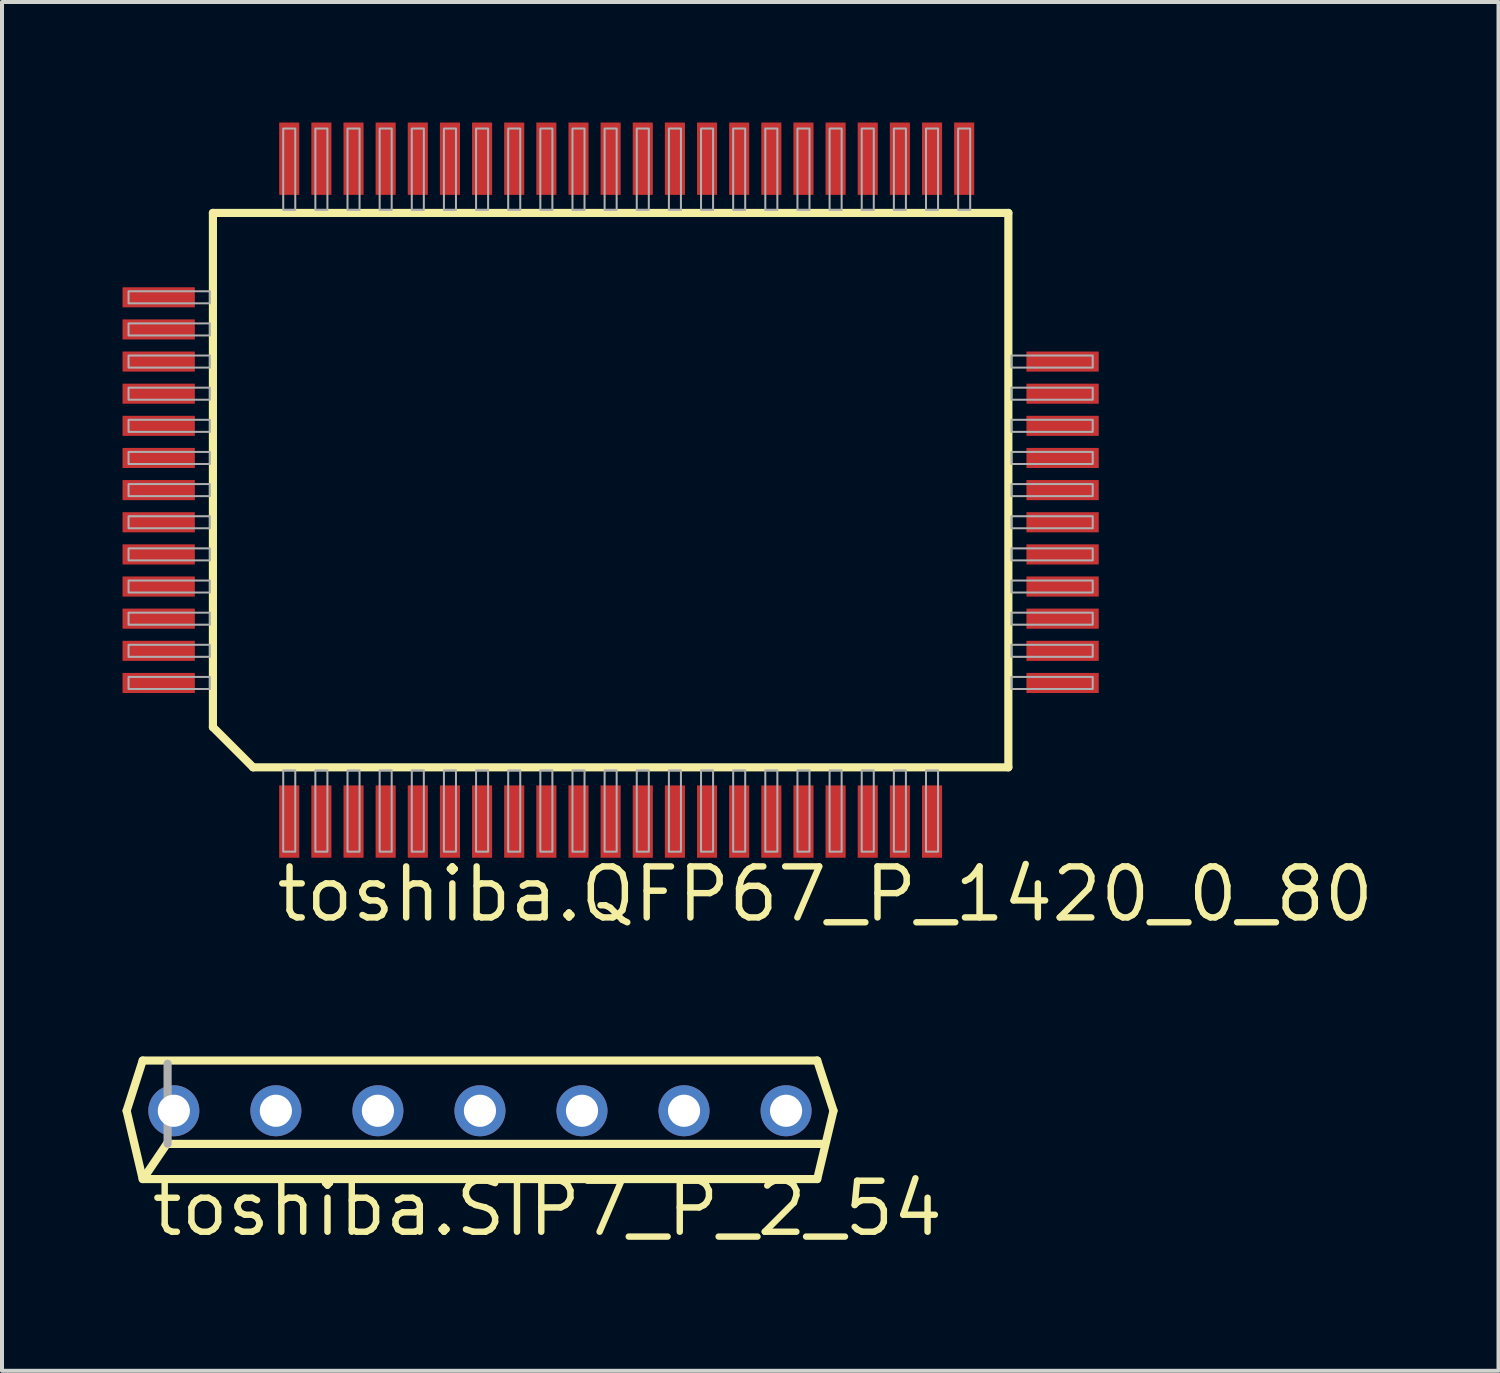
<source format=kicad_pcb>
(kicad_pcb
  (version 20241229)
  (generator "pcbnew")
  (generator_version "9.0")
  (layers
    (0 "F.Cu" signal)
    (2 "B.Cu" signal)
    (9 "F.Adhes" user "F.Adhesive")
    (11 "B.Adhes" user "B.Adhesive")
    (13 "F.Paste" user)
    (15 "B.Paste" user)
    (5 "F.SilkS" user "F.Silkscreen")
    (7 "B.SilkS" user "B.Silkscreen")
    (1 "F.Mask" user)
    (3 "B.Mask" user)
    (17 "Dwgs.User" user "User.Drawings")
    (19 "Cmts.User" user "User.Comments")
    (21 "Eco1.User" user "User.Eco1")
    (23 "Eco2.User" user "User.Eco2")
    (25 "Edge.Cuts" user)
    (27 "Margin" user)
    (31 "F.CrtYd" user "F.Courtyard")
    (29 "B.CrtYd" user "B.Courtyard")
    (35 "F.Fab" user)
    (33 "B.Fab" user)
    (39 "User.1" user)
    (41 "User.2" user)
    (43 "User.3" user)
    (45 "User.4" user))
  (footprint "toshiba.SIP7_P_2_54"
    (layer "F.Cu")
    (at 8.897 24.599)
    (property "Reference" "toshiba.SIP7_P_2_54" (at -8.255 3.175 0) (layer "F.SilkS") (effects (font (size 1.27 1.27) (thickness 0.16)) (justify left bottom)))
    (attr through_hole)
    (fp_line (start -8.795 0) (end -8.395 -1.25) (stroke (width 0.203) (type default)) (layer "F.SilkS"))
    (fp_line (start -8.395 -1.25) (end 8.395 -1.25) (stroke (width 0.203) (type default)) (layer "F.SilkS"))
    (fp_line (start -8.395 1.7) (end -8.795 0) (stroke (width 0.203) (type default)) (layer "F.SilkS"))
    (fp_line (start -8.37 1.675) (end -7.795 0.825) (stroke (width 0.203) (type default)) (layer "F.SilkS"))
    (fp_line (start 8.395 -1.25) (end 8.8 0) (stroke (width 0.203) (type default)) (layer "F.SilkS"))
    (fp_line (start 8.395 1.7) (end -8.395 1.7) (stroke (width 0.203) (type default)) (layer "F.SilkS"))
    (fp_line (start 8.545 0.825) (end -7.795 0.825) (stroke (width 0.203) (type default)) (layer "F.SilkS"))
    (fp_line (start 8.8 0) (end 8.395 1.7) (stroke (width 0.203) (type default)) (layer "F.SilkS"))
    (fp_line (start -7.775 -1.17) (end -7.775 0.82) (stroke (width 0.203) (type default)) (layer "F.Fab"))
    (pad "1" thru_hole circle (at -7.62 0) (size 1.27 1.27) (drill 0.8) (layers "*.Cu" "*.Mask"))
    (pad "2" thru_hole circle (at -5.08 0) (size 1.27 1.27) (drill 0.8) (layers "*.Cu" "*.Mask"))
    (pad "3" thru_hole circle (at -2.54 0) (size 1.27 1.27) (drill 0.8) (layers "*.Cu" "*.Mask"))
    (pad "4" thru_hole circle (at 0 0) (size 1.27 1.27) (drill 0.8) (layers "*.Cu" "*.Mask"))
    (pad "5" thru_hole circle (at 2.54 0) (size 1.27 1.27) (drill 0.8) (layers "*.Cu" "*.Mask"))
    (pad "6" thru_hole circle (at 5.08 0) (size 1.27 1.27) (drill 0.8) (layers "*.Cu" "*.Mask"))
    (pad "7" thru_hole circle (at 7.62 0) (size 1.27 1.27) (drill 0.8) (layers "*.Cu" "*.Mask")))
  (footprint "toshiba.QFP67_P_1420_0_80"
    (layer "F.Cu")
    (at 12.15 9.15)
    (property "Reference" "toshiba.QFP67_P_1420_0_80" (at -8.4 10.8 0) (layer "F.SilkS") (effects (font (size 1.27 1.27) (thickness 0.16)) (justify left bottom)))
    (attr smd)
    (fp_line (start -9.9 -6.9) (end 9.9 -6.9) (stroke (width 0.203) (type default)) (layer "F.SilkS"))
    (fp_line (start -9.9 5.9) (end -9.9 -6.9) (stroke (width 0.203) (type default)) (layer "F.SilkS"))
    (fp_line (start -8.9 6.9) (end -9.9 5.9) (stroke (width 0.203) (type default)) (layer "F.SilkS"))
    (fp_line (start 9.9 -6.9) (end 9.9 6.9) (stroke (width 0.203) (type default)) (layer "F.SilkS"))
    (fp_line (start 9.9 6.9) (end -8.9 6.9) (stroke (width 0.203) (type default)) (layer "F.SilkS"))
    (fp_rect (start -12 -4.65) (end -9.975 -4.95) (stroke (width 0.05) (type default)) (fill no) (layer "F.Fab"))
    (fp_rect (start -12 -3.85) (end -9.975 -4.15) (stroke (width 0.05) (type default)) (fill no) (layer "F.Fab"))
    (fp_rect (start -12 -3.05) (end -9.975 -3.35) (stroke (width 0.05) (type default)) (fill no) (layer "F.Fab"))
    (fp_rect (start -12 -2.25) (end -9.975 -2.55) (stroke (width 0.05) (type default)) (fill no) (layer "F.Fab"))
    (fp_rect (start -12 -1.45) (end -9.975 -1.75) (stroke (width 0.05) (type default)) (fill no) (layer "F.Fab"))
    (fp_rect (start -12 -0.65) (end -9.975 -0.95) (stroke (width 0.05) (type default)) (fill no) (layer "F.Fab"))
    (fp_rect (start -12 0.15) (end -9.975 -0.15) (stroke (width 0.05) (type default)) (fill no) (layer "F.Fab"))
    (fp_rect (start -12 0.95) (end -9.975 0.65) (stroke (width 0.05) (type default)) (fill no) (layer "F.Fab"))
    (fp_rect (start -12 1.75) (end -9.975 1.45) (stroke (width 0.05) (type default)) (fill no) (layer "F.Fab"))
    (fp_rect (start -12 2.55) (end -9.975 2.25) (stroke (width 0.05) (type default)) (fill no) (layer "F.Fab"))
    (fp_rect (start -12 3.35) (end -9.975 3.05) (stroke (width 0.05) (type default)) (fill no) (layer "F.Fab"))
    (fp_rect (start -12 4.15) (end -9.975 3.85) (stroke (width 0.05) (type default)) (fill no) (layer "F.Fab"))
    (fp_rect (start -12 4.95) (end -9.975 4.65) (stroke (width 0.05) (type default)) (fill no) (layer "F.Fab"))
    (fp_rect (start -8.15 -6.975) (end -7.85 -9) (stroke (width 0.05) (type default)) (fill no) (layer "F.Fab"))
    (fp_rect (start -8.15 9) (end -7.85 6.975) (stroke (width 0.05) (type default)) (fill no) (layer "F.Fab"))
    (fp_rect (start -7.35 -6.975) (end -7.05 -9) (stroke (width 0.05) (type default)) (fill no) (layer "F.Fab"))
    (fp_rect (start -7.35 9) (end -7.05 6.975) (stroke (width 0.05) (type default)) (fill no) (layer "F.Fab"))
    (fp_rect (start -6.55 -6.975) (end -6.25 -9) (stroke (width 0.05) (type default)) (fill no) (layer "F.Fab"))
    (fp_rect (start -6.55 9) (end -6.25 6.975) (stroke (width 0.05) (type default)) (fill no) (layer "F.Fab"))
    (fp_rect (start -5.75 -6.975) (end -5.45 -9) (stroke (width 0.05) (type default)) (fill no) (layer "F.Fab"))
    (fp_rect (start -5.75 9) (end -5.45 6.975) (stroke (width 0.05) (type default)) (fill no) (layer "F.Fab"))
    (fp_rect (start -4.95 -6.975) (end -4.65 -9) (stroke (width 0.05) (type default)) (fill no) (layer "F.Fab"))
    (fp_rect (start -4.95 9) (end -4.65 6.975) (stroke (width 0.05) (type default)) (fill no) (layer "F.Fab"))
    (fp_rect (start -4.15 -6.975) (end -3.85 -9) (stroke (width 0.05) (type default)) (fill no) (layer "F.Fab"))
    (fp_rect (start -4.15 9) (end -3.85 6.975) (stroke (width 0.05) (type default)) (fill no) (layer "F.Fab"))
    (fp_rect (start -3.35 -6.975) (end -3.05 -9) (stroke (width 0.05) (type default)) (fill no) (layer "F.Fab"))
    (fp_rect (start -3.35 9) (end -3.05 6.975) (stroke (width 0.05) (type default)) (fill no) (layer "F.Fab"))
    (fp_rect (start -2.55 -6.975) (end -2.25 -9) (stroke (width 0.05) (type default)) (fill no) (layer "F.Fab"))
    (fp_rect (start -2.55 9) (end -2.25 6.975) (stroke (width 0.05) (type default)) (fill no) (layer "F.Fab"))
    (fp_rect (start -1.75 -6.975) (end -1.45 -9) (stroke (width 0.05) (type default)) (fill no) (layer "F.Fab"))
    (fp_rect (start -1.75 9) (end -1.45 6.975) (stroke (width 0.05) (type default)) (fill no) (layer "F.Fab"))
    (fp_rect (start -0.95 -6.975) (end -0.65 -9) (stroke (width 0.05) (type default)) (fill no) (layer "F.Fab"))
    (fp_rect (start -0.95 9) (end -0.65 6.975) (stroke (width 0.05) (type default)) (fill no) (layer "F.Fab"))
    (fp_rect (start -0.15 -6.975) (end 0.15 -9) (stroke (width 0.05) (type default)) (fill no) (layer "F.Fab"))
    (fp_rect (start -0.15 9) (end 0.15 6.975) (stroke (width 0.05) (type default)) (fill no) (layer "F.Fab"))
    (fp_rect (start 0.65 -6.975) (end 0.95 -9) (stroke (width 0.05) (type default)) (fill no) (layer "F.Fab"))
    (fp_rect (start 0.65 9) (end 0.95 6.975) (stroke (width 0.05) (type default)) (fill no) (layer "F.Fab"))
    (fp_rect (start 1.45 -6.975) (end 1.75 -9) (stroke (width 0.05) (type default)) (fill no) (layer "F.Fab"))
    (fp_rect (start 1.45 9) (end 1.75 6.975) (stroke (width 0.05) (type default)) (fill no) (layer "F.Fab"))
    (fp_rect (start 2.25 -6.975) (end 2.55 -9) (stroke (width 0.05) (type default)) (fill no) (layer "F.Fab"))
    (fp_rect (start 2.25 9) (end 2.55 6.975) (stroke (width 0.05) (type default)) (fill no) (layer "F.Fab"))
    (fp_rect (start 3.05 -6.975) (end 3.35 -9) (stroke (width 0.05) (type default)) (fill no) (layer "F.Fab"))
    (fp_rect (start 3.05 9) (end 3.35 6.975) (stroke (width 0.05) (type default)) (fill no) (layer "F.Fab"))
    (fp_rect (start 3.85 -6.975) (end 4.15 -9) (stroke (width 0.05) (type default)) (fill no) (layer "F.Fab"))
    (fp_rect (start 3.85 9) (end 4.15 6.975) (stroke (width 0.05) (type default)) (fill no) (layer "F.Fab"))
    (fp_rect (start 4.65 -6.975) (end 4.95 -9) (stroke (width 0.05) (type default)) (fill no) (layer "F.Fab"))
    (fp_rect (start 4.65 9) (end 4.95 6.975) (stroke (width 0.05) (type default)) (fill no) (layer "F.Fab"))
    (fp_rect (start 5.45 -6.975) (end 5.75 -9) (stroke (width 0.05) (type default)) (fill no) (layer "F.Fab"))
    (fp_rect (start 5.45 9) (end 5.75 6.975) (stroke (width 0.05) (type default)) (fill no) (layer "F.Fab"))
    (fp_rect (start 6.25 -6.975) (end 6.55 -9) (stroke (width 0.05) (type default)) (fill no) (layer "F.Fab"))
    (fp_rect (start 6.25 9) (end 6.55 6.975) (stroke (width 0.05) (type default)) (fill no) (layer "F.Fab"))
    (fp_rect (start 7.05 -6.975) (end 7.35 -9) (stroke (width 0.05) (type default)) (fill no) (layer "F.Fab"))
    (fp_rect (start 7.05 9) (end 7.35 6.975) (stroke (width 0.05) (type default)) (fill no) (layer "F.Fab"))
    (fp_rect (start 7.85 -6.975) (end 8.15 -9) (stroke (width 0.05) (type default)) (fill no) (layer "F.Fab"))
    (fp_rect (start 7.85 9) (end 8.15 6.975) (stroke (width 0.05) (type default)) (fill no) (layer "F.Fab"))
    (fp_rect (start 8.65 -6.975) (end 8.95 -9) (stroke (width 0.05) (type default)) (fill no) (layer "F.Fab"))
    (fp_rect (start 9.975 -3.05) (end 12 -3.35) (stroke (width 0.05) (type default)) (fill no) (layer "F.Fab"))
    (fp_rect (start 9.975 -2.25) (end 12 -2.55) (stroke (width 0.05) (type default)) (fill no) (layer "F.Fab"))
    (fp_rect (start 9.975 -1.45) (end 12 -1.75) (stroke (width 0.05) (type default)) (fill no) (layer "F.Fab"))
    (fp_rect (start 9.975 -0.65) (end 12 -0.95) (stroke (width 0.05) (type default)) (fill no) (layer "F.Fab"))
    (fp_rect (start 9.975 0.15) (end 12 -0.15) (stroke (width 0.05) (type default)) (fill no) (layer "F.Fab"))
    (fp_rect (start 9.975 0.95) (end 12 0.65) (stroke (width 0.05) (type default)) (fill no) (layer "F.Fab"))
    (fp_rect (start 9.975 1.75) (end 12 1.45) (stroke (width 0.05) (type default)) (fill no) (layer "F.Fab"))
    (fp_rect (start 9.975 2.55) (end 12 2.25) (stroke (width 0.05) (type default)) (fill no) (layer "F.Fab"))
    (fp_rect (start 9.975 3.35) (end 12 3.05) (stroke (width 0.05) (type default)) (fill no) (layer "F.Fab"))
    (fp_rect (start 9.975 4.15) (end 12 3.85) (stroke (width 0.05) (type default)) (fill no) (layer "F.Fab"))
    (fp_rect (start 9.975 4.95) (end 12 4.65) (stroke (width 0.05) (type default)) (fill no) (layer "F.Fab"))
    (pad "1" smd roundrect (at -8 8.25) (size 0.5 1.8) (layers "F.Cu" "F.Mask" "F.Paste") (roundrect_rratio 0.01))
    (pad "2" smd roundrect (at -7.2 8.25) (size 0.5 1.8) (layers "F.Cu" "F.Mask" "F.Paste") (roundrect_rratio 0.01))
    (pad "3" smd roundrect (at -6.4 8.25) (size 0.5 1.8) (layers "F.Cu" "F.Mask" "F.Paste") (roundrect_rratio 0.01))
    (pad "4" smd roundrect (at -5.6 8.25) (size 0.5 1.8) (layers "F.Cu" "F.Mask" "F.Paste") (roundrect_rratio 0.01))
    (pad "5" smd roundrect (at -4.8 8.25) (size 0.5 1.8) (layers "F.Cu" "F.Mask" "F.Paste") (roundrect_rratio 0.01))
    (pad "6" smd roundrect (at -4 8.25) (size 0.5 1.8) (layers "F.Cu" "F.Mask" "F.Paste") (roundrect_rratio 0.01))
    (pad "7" smd roundrect (at -3.2 8.25) (size 0.5 1.8) (layers "F.Cu" "F.Mask" "F.Paste") (roundrect_rratio 0.01))
    (pad "8" smd roundrect (at -2.4 8.25) (size 0.5 1.8) (layers "F.Cu" "F.Mask" "F.Paste") (roundrect_rratio 0.01))
    (pad "9" smd roundrect (at -1.6 8.25) (size 0.5 1.8) (layers "F.Cu" "F.Mask" "F.Paste") (roundrect_rratio 0.01))
    (pad "10" smd roundrect (at -0.8 8.25) (size 0.5 1.8) (layers "F.Cu" "F.Mask" "F.Paste") (roundrect_rratio 0.01))
    (pad "11" smd roundrect (at 0 8.25) (size 0.5 1.8) (layers "F.Cu" "F.Mask" "F.Paste") (roundrect_rratio 0.01))
    (pad "12" smd roundrect (at 0.8 8.25) (size 0.5 1.8) (layers "F.Cu" "F.Mask" "F.Paste") (roundrect_rratio 0.01))
    (pad "13" smd roundrect (at 1.6 8.25) (size 0.5 1.8) (layers "F.Cu" "F.Mask" "F.Paste") (roundrect_rratio 0.01))
    (pad "14" smd roundrect (at 2.4 8.25) (size 0.5 1.8) (layers "F.Cu" "F.Mask" "F.Paste") (roundrect_rratio 0.01))
    (pad "15" smd roundrect (at 3.2 8.25) (size 0.5 1.8) (layers "F.Cu" "F.Mask" "F.Paste") (roundrect_rratio 0.01))
    (pad "16" smd roundrect (at 4 8.25) (size 0.5 1.8) (layers "F.Cu" "F.Mask" "F.Paste") (roundrect_rratio 0.01))
    (pad "17" smd roundrect (at 4.8 8.25) (size 0.5 1.8) (layers "F.Cu" "F.Mask" "F.Paste") (roundrect_rratio 0.01))
    (pad "18" smd roundrect (at 5.6 8.25) (size 0.5 1.8) (layers "F.Cu" "F.Mask" "F.Paste") (roundrect_rratio 0.01))
    (pad "19" smd roundrect (at 6.4 8.25) (size 0.5 1.8) (layers "F.Cu" "F.Mask" "F.Paste") (roundrect_rratio 0.01))
    (pad "20" smd roundrect (at 7.2 8.25) (size 0.5 1.8) (layers "F.Cu" "F.Mask" "F.Paste") (roundrect_rratio 0.01))
    (pad "21" smd roundrect (at 8 8.25) (size 0.5 1.8) (layers "F.Cu" "F.Mask" "F.Paste") (roundrect_rratio 0.01))
    (pad "22" smd roundrect (at 11.25 4.8 90) (size 0.5 1.8) (layers "F.Cu" "F.Mask" "F.Paste") (roundrect_rratio 0.01))
    (pad "23" smd roundrect (at 11.25 4 90) (size 0.5 1.8) (layers "F.Cu" "F.Mask" "F.Paste") (roundrect_rratio 0.01))
    (pad "24" smd roundrect (at 11.25 3.2 90) (size 0.5 1.8) (layers "F.Cu" "F.Mask" "F.Paste") (roundrect_rratio 0.01))
    (pad "25" smd roundrect (at 11.25 2.4 90) (size 0.5 1.8) (layers "F.Cu" "F.Mask" "F.Paste") (roundrect_rratio 0.01))
    (pad "26" smd roundrect (at 11.25 1.6 90) (size 0.5 1.8) (layers "F.Cu" "F.Mask" "F.Paste") (roundrect_rratio 0.01))
    (pad "27" smd roundrect (at 11.25 0.8 90) (size 0.5 1.8) (layers "F.Cu" "F.Mask" "F.Paste") (roundrect_rratio 0.01))
    (pad "28" smd roundrect (at 11.25 0 90) (size 0.5 1.8) (layers "F.Cu" "F.Mask" "F.Paste") (roundrect_rratio 0.01))
    (pad "29" smd roundrect (at 11.25 -0.8 90) (size 0.5 1.8) (layers "F.Cu" "F.Mask" "F.Paste") (roundrect_rratio 0.01))
    (pad "30" smd roundrect (at 11.25 -1.6 90) (size 0.5 1.8) (layers "F.Cu" "F.Mask" "F.Paste") (roundrect_rratio 0.01))
    (pad "31" smd roundrect (at 11.25 -2.4 90) (size 0.5 1.8) (layers "F.Cu" "F.Mask" "F.Paste") (roundrect_rratio 0.01))
    (pad "32" smd roundrect (at 11.25 -3.2 90) (size 0.5 1.8) (layers "F.Cu" "F.Mask" "F.Paste") (roundrect_rratio 0.01))
    (pad "33" smd roundrect (at 8.8 -8.25 180) (size 0.5 1.8) (layers "F.Cu" "F.Mask" "F.Paste") (roundrect_rratio 0.01))
    (pad "34" smd roundrect (at 8 -8.25 180) (size 0.5 1.8) (layers "F.Cu" "F.Mask" "F.Paste") (roundrect_rratio 0.01))
    (pad "35" smd roundrect (at 7.2 -8.25 180) (size 0.5 1.8) (layers "F.Cu" "F.Mask" "F.Paste") (roundrect_rratio 0.01))
    (pad "36" smd roundrect (at 6.4 -8.25 180) (size 0.5 1.8) (layers "F.Cu" "F.Mask" "F.Paste") (roundrect_rratio 0.01))
    (pad "37" smd roundrect (at 5.6 -8.25 180) (size 0.5 1.8) (layers "F.Cu" "F.Mask" "F.Paste") (roundrect_rratio 0.01))
    (pad "38" smd roundrect (at 4.8 -8.25 180) (size 0.5 1.8) (layers "F.Cu" "F.Mask" "F.Paste") (roundrect_rratio 0.01))
    (pad "39" smd roundrect (at 4 -8.25 180) (size 0.5 1.8) (layers "F.Cu" "F.Mask" "F.Paste") (roundrect_rratio 0.01))
    (pad "40" smd roundrect (at 3.2 -8.25 180) (size 0.5 1.8) (layers "F.Cu" "F.Mask" "F.Paste") (roundrect_rratio 0.01))
    (pad "41" smd roundrect (at 2.4 -8.25 180) (size 0.5 1.8) (layers "F.Cu" "F.Mask" "F.Paste") (roundrect_rratio 0.01))
    (pad "42" smd roundrect (at 1.6 -8.25 180) (size 0.5 1.8) (layers "F.Cu" "F.Mask" "F.Paste") (roundrect_rratio 0.01))
    (pad "43" smd roundrect (at 0.8 -8.25 180) (size 0.5 1.8) (layers "F.Cu" "F.Mask" "F.Paste") (roundrect_rratio 0.01))
    (pad "44" smd roundrect (at 0 -8.25 180) (size 0.5 1.8) (layers "F.Cu" "F.Mask" "F.Paste") (roundrect_rratio 0.01))
    (pad "45" smd roundrect (at -0.8 -8.25 180) (size 0.5 1.8) (layers "F.Cu" "F.Mask" "F.Paste") (roundrect_rratio 0.01))
    (pad "46" smd roundrect (at -1.6 -8.25 180) (size 0.5 1.8) (layers "F.Cu" "F.Mask" "F.Paste") (roundrect_rratio 0.01))
    (pad "47" smd roundrect (at -2.4 -8.25 180) (size 0.5 1.8) (layers "F.Cu" "F.Mask" "F.Paste") (roundrect_rratio 0.01))
    (pad "48" smd roundrect (at -3.2 -8.25 180) (size 0.5 1.8) (layers "F.Cu" "F.Mask" "F.Paste") (roundrect_rratio 0.01))
    (pad "49" smd roundrect (at -4 -8.25 180) (size 0.5 1.8) (layers "F.Cu" "F.Mask" "F.Paste") (roundrect_rratio 0.01))
    (pad "50" smd roundrect (at -4.8 -8.25 180) (size 0.5 1.8) (layers "F.Cu" "F.Mask" "F.Paste") (roundrect_rratio 0.01))
    (pad "51" smd roundrect (at -5.6 -8.25 180) (size 0.5 1.8) (layers "F.Cu" "F.Mask" "F.Paste") (roundrect_rratio 0.01))
    (pad "52" smd roundrect (at -6.4 -8.25 180) (size 0.5 1.8) (layers "F.Cu" "F.Mask" "F.Paste") (roundrect_rratio 0.01))
    (pad "53" smd roundrect (at -7.2 -8.25 180) (size 0.5 1.8) (layers "F.Cu" "F.Mask" "F.Paste") (roundrect_rratio 0.01))
    (pad "54" smd roundrect (at -8 -8.25 180) (size 0.5 1.8) (layers "F.Cu" "F.Mask" "F.Paste") (roundrect_rratio 0.01))
    (pad "55" smd roundrect (at -11.25 -4.8 270) (size 0.5 1.8) (layers "F.Cu" "F.Mask" "F.Paste") (roundrect_rratio 0.01))
    (pad "56" smd roundrect (at -11.25 -4 270) (size 0.5 1.8) (layers "F.Cu" "F.Mask" "F.Paste") (roundrect_rratio 0.01))
    (pad "57" smd roundrect (at -11.25 -3.2 270) (size 0.5 1.8) (layers "F.Cu" "F.Mask" "F.Paste") (roundrect_rratio 0.01))
    (pad "58" smd roundrect (at -11.25 -2.4 270) (size 0.5 1.8) (layers "F.Cu" "F.Mask" "F.Paste") (roundrect_rratio 0.01))
    (pad "59" smd roundrect (at -11.25 -1.6 270) (size 0.5 1.8) (layers "F.Cu" "F.Mask" "F.Paste") (roundrect_rratio 0.01))
    (pad "60" smd roundrect (at -11.25 -0.8 270) (size 0.5 1.8) (layers "F.Cu" "F.Mask" "F.Paste") (roundrect_rratio 0.01))
    (pad "61" smd roundrect (at -11.25 0 270) (size 0.5 1.8) (layers "F.Cu" "F.Mask" "F.Paste") (roundrect_rratio 0.01))
    (pad "62" smd roundrect (at -11.25 0.8 270) (size 0.5 1.8) (layers "F.Cu" "F.Mask" "F.Paste") (roundrect_rratio 0.01))
    (pad "63" smd roundrect (at -11.25 1.6 270) (size 0.5 1.8) (layers "F.Cu" "F.Mask" "F.Paste") (roundrect_rratio 0.01))
    (pad "64" smd roundrect (at -11.25 2.4 270) (size 0.5 1.8) (layers "F.Cu" "F.Mask" "F.Paste") (roundrect_rratio 0.01))
    (pad "65" smd roundrect (at -11.25 3.2 270) (size 0.5 1.8) (layers "F.Cu" "F.Mask" "F.Paste") (roundrect_rratio 0.01))
    (pad "66" smd roundrect (at -11.25 4 270) (size 0.5 1.8) (layers "F.Cu" "F.Mask" "F.Paste") (roundrect_rratio 0.01))
    (pad "67" smd roundrect (at -11.25 4.8 270) (size 0.5 1.8) (layers "F.Cu" "F.Mask" "F.Paste") (roundrect_rratio 0.01)))
  (gr_rect
    (start -3 -3)
    (end 34.251 31.072)
    (stroke (width 0.1) (type default))
    (fill no)
    (layer "Edge.Cuts")))
</source>
